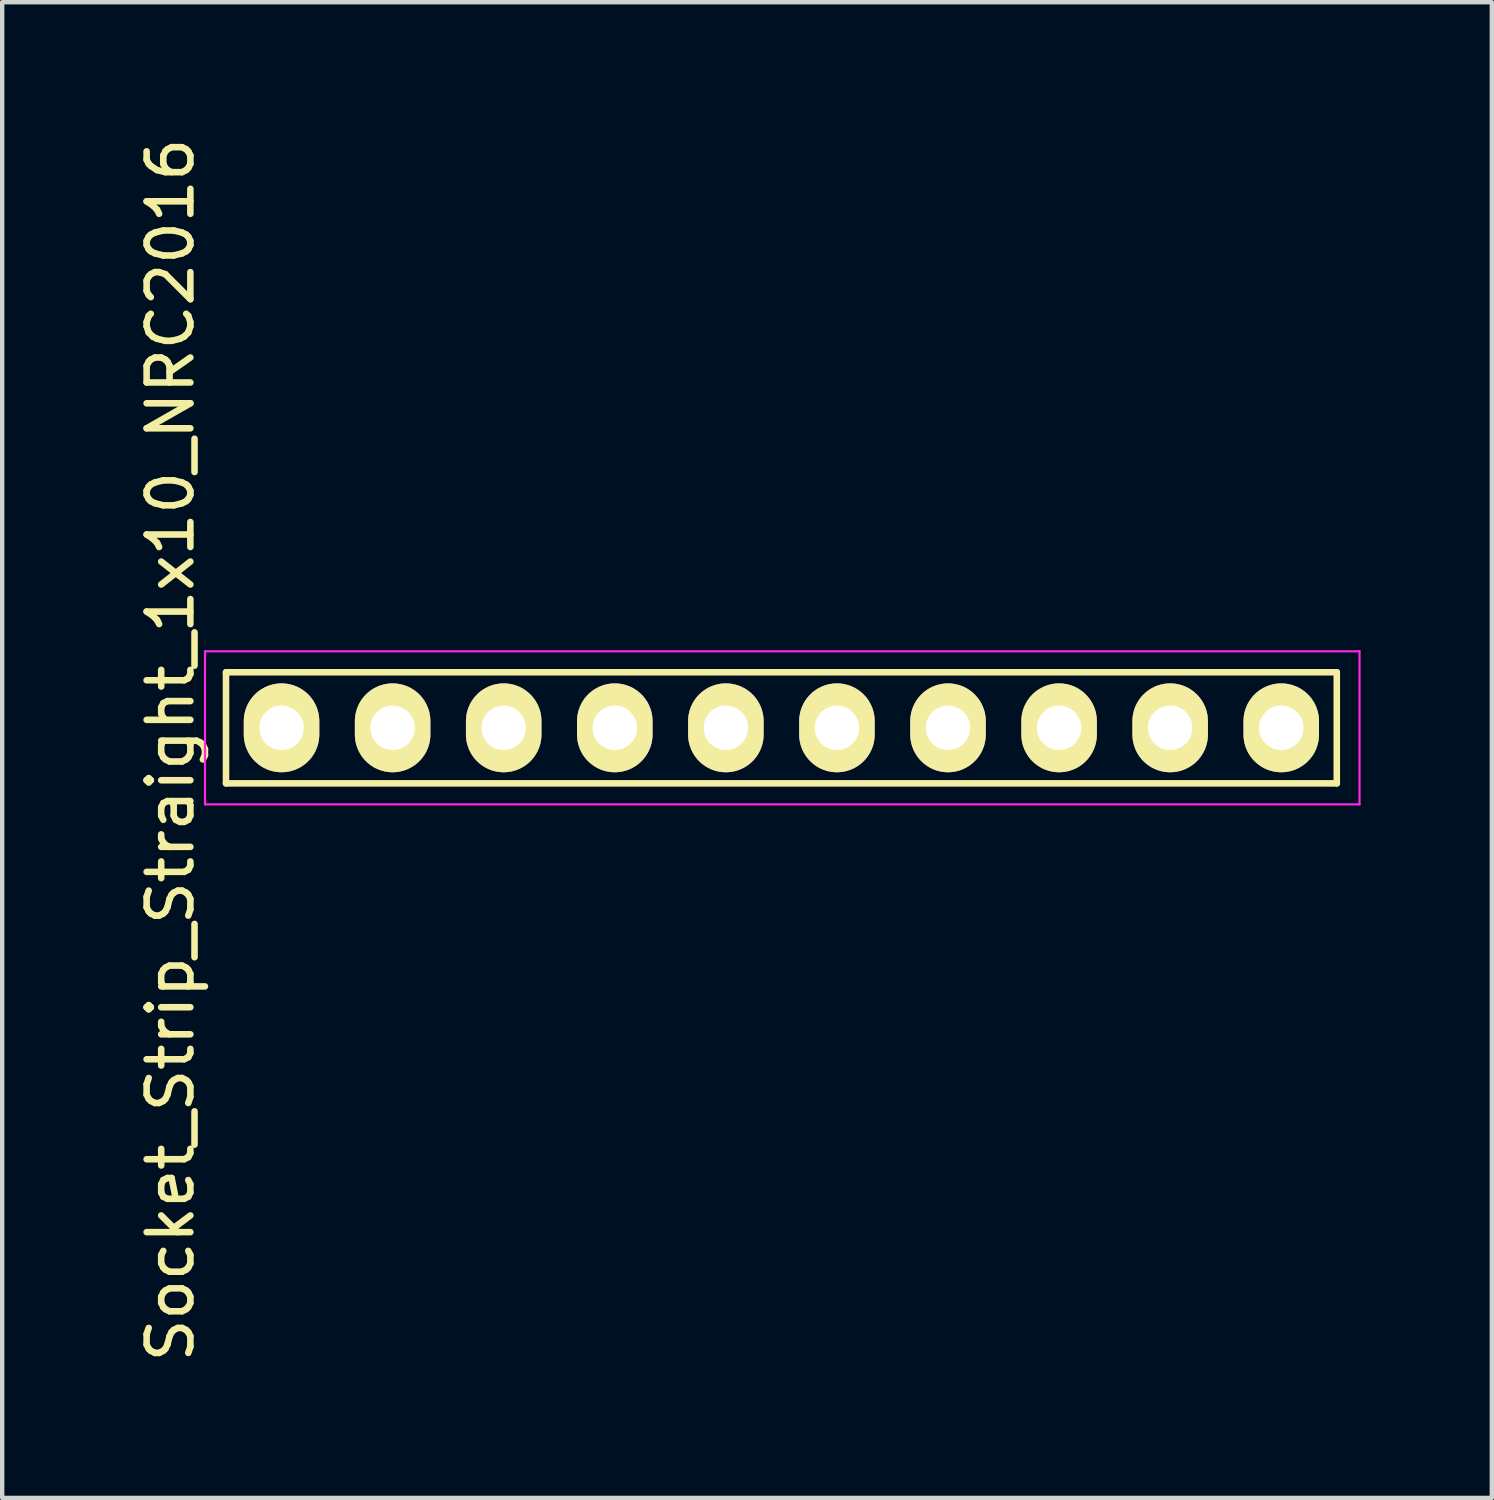
<source format=kicad_pcb>
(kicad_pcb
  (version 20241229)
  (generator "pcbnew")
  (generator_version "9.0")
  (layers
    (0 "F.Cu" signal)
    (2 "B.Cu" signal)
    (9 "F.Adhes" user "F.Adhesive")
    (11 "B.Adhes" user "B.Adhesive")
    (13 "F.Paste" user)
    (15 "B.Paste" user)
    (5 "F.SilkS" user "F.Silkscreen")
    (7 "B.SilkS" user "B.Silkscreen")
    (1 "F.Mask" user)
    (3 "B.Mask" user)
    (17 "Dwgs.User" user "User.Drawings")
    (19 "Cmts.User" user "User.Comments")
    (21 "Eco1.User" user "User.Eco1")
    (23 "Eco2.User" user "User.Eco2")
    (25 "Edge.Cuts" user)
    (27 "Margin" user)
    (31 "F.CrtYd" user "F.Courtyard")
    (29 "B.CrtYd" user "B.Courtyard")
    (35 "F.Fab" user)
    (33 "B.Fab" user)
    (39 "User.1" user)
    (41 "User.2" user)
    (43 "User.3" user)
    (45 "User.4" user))
  (footprint "Socket_Strip_Straight_1x10_NRC2016"
    (layer "F.Cu")
    (at 3.388 13.593)
    (property "Reference" "Socket_Strip_Straight_1x10_NRC2016" (at -2.54 0.508 270) (layer "F.SilkS") (effects (font (size 1 1) (thickness 0.15))))
    (attr through_hole)
    (fp_line (start -1.27 1.27) (end -1.27 -1.27) (stroke (width 0.15) (type solid)) (layer "F.SilkS"))
    (fp_line (start -1.27 1.27) (end 24.13 1.27) (stroke (width 0.15) (type solid)) (layer "F.SilkS"))
    (fp_line (start 24.13 -1.27) (end -1.27 -1.27) (stroke (width 0.15) (type solid)) (layer "F.SilkS"))
    (fp_line (start 24.13 1.27) (end 24.13 -1.27) (stroke (width 0.15) (type solid)) (layer "F.SilkS"))
    (fp_line (start -1.75 -1.75) (end -1.75 1.75) (stroke (width 0.05) (type solid)) (layer "F.CrtYd"))
    (fp_line (start -1.75 -1.75) (end 24.65 -1.75) (stroke (width 0.05) (type solid)) (layer "F.CrtYd"))
    (fp_line (start -1.75 1.75) (end 24.65 1.75) (stroke (width 0.05) (type solid)) (layer "F.CrtYd"))
    (fp_line (start 24.65 -1.75) (end 24.65 1.75) (stroke (width 0.05) (type solid)) (layer "F.CrtYd"))
    (pad "1" thru_hole oval (at 0 0) (size 1.727 2.032) (drill 1.016) (layers "*.Cu" "*.Mask" "F.SilkS"))
    (pad "2" thru_hole oval (at 2.54 0) (size 1.727 2.032) (drill 1.016) (layers "*.Cu" "*.Mask" "F.SilkS"))
    (pad "3" thru_hole oval (at 5.08 0) (size 1.727 2.032) (drill 1.016) (layers "*.Cu" "*.Mask" "F.SilkS"))
    (pad "4" thru_hole oval (at 7.62 0) (size 1.727 2.032) (drill 1.016) (layers "*.Cu" "*.Mask" "F.SilkS"))
    (pad "5" thru_hole oval (at 10.16 0) (size 1.727 2.032) (drill 1.016) (layers "*.Cu" "*.Mask" "F.SilkS"))
    (pad "6" thru_hole oval (at 12.7 0) (size 1.727 2.032) (drill 1.016) (layers "*.Cu" "*.Mask" "F.SilkS"))
    (pad "7" thru_hole oval (at 15.24 0) (size 1.727 2.032) (drill 1.016) (layers "*.Cu" "*.Mask" "F.SilkS"))
    (pad "8" thru_hole oval (at 17.78 0) (size 1.727 2.032) (drill 1.016) (layers "*.Cu" "*.Mask" "F.SilkS"))
    (pad "9" thru_hole oval (at 20.32 0) (size 1.727 2.032) (drill 1.016) (layers "*.Cu" "*.Mask" "F.SilkS"))
    (pad "10" thru_hole oval (at 22.86 0) (size 1.727 2.032) (drill 1.016) (layers "*.Cu" "*.Mask" "F.SilkS")))
  (gr_rect
    (start -3 -3)
    (end 31.063 31.202)
    (stroke (width 0.1) (type default))
    (fill no)
    (layer "Edge.Cuts")))
</source>
